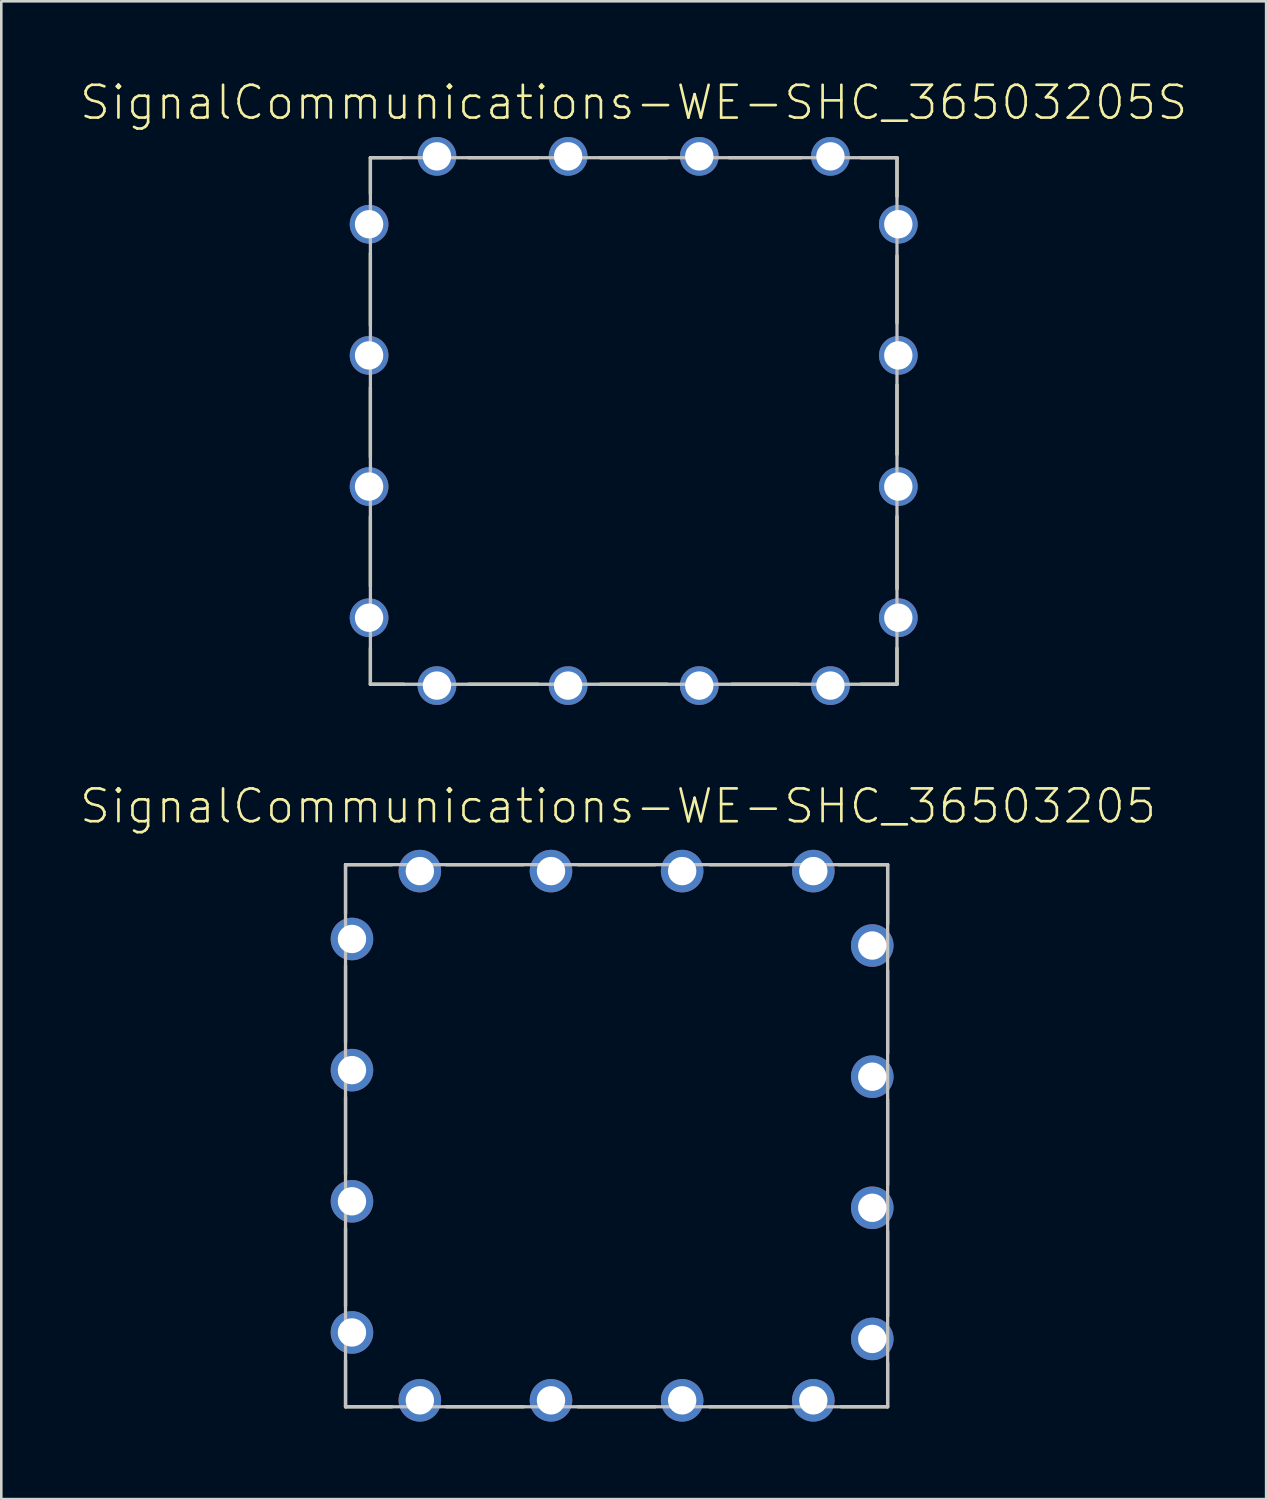
<source format=kicad_pcb>
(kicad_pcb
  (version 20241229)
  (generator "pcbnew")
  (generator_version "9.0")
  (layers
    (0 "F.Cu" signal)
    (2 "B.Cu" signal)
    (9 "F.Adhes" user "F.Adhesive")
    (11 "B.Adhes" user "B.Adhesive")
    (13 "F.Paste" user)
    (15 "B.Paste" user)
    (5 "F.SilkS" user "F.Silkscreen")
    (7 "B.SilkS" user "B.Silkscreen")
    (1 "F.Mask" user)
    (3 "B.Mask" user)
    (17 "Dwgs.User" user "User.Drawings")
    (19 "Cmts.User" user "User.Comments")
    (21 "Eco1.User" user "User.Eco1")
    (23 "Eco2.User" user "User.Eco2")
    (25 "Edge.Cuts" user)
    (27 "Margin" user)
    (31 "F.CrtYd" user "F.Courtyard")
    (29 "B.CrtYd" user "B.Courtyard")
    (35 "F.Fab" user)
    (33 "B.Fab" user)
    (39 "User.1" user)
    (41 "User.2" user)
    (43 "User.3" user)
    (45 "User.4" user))
  (footprint "SignalCommunications-WE-SHC_36503205"
    (layer "F.Cu")
    (at 20.831 40.938)
    (property "Reference" "SignalCommunications-WE-SHC_36503205" (at 0.058 -12.764 0) (layer "F.SilkS") (effects (font (size 1.27 1.27) (thickness 0.102))))
    (attr exclude_from_pos_files exclude_from_bom)
    (fp_line (start -10.498 -10.498) (end -10.498 -8.598) (stroke (width 0.127) (type solid)) (layer "F.SilkS"))
    (fp_line (start -10.498 -6.599) (end -10.498 -3.599) (stroke (width 0.127) (type solid)) (layer "F.SilkS"))
    (fp_line (start -10.498 -1.499) (end -10.498 1.499) (stroke (width 0.127) (type solid)) (layer "F.SilkS"))
    (fp_line (start -10.498 3.599) (end -10.498 6.599) (stroke (width 0.127) (type solid)) (layer "F.SilkS"))
    (fp_line (start -10.498 8.7) (end -10.498 10.498) (stroke (width 0.127) (type solid)) (layer "F.SilkS"))
    (fp_line (start -10.498 10.498) (end -8.7 10.498) (stroke (width 0.127) (type solid)) (layer "F.SilkS"))
    (fp_line (start -8.7 -10.498) (end -10.498 -10.498) (stroke (width 0.127) (type solid)) (layer "F.SilkS"))
    (fp_line (start -6.599 -10.498) (end -3.599 -10.498) (stroke (width 0.127) (type solid)) (layer "F.SilkS"))
    (fp_line (start -6.599 10.498) (end -3.599 10.498) (stroke (width 0.127) (type solid)) (layer "F.SilkS"))
    (fp_line (start -1.499 -10.498) (end 1.499 -10.498) (stroke (width 0.127) (type solid)) (layer "F.SilkS"))
    (fp_line (start -1.499 10.498) (end 1.499 10.498) (stroke (width 0.127) (type solid)) (layer "F.SilkS"))
    (fp_line (start 3.599 -10.498) (end 6.599 -10.498) (stroke (width 0.127) (type solid)) (layer "F.SilkS"))
    (fp_line (start 3.599 10.498) (end 6.599 10.498) (stroke (width 0.127) (type solid)) (layer "F.SilkS"))
    (fp_line (start 8.598 -10.498) (end 10.498 -10.498) (stroke (width 0.127) (type solid)) (layer "F.SilkS"))
    (fp_line (start 8.7 10.498) (end 10.498 10.498) (stroke (width 0.127) (type solid)) (layer "F.SilkS"))
    (fp_line (start 10.498 -10.498) (end 10.498 -8.199) (stroke (width 0.127) (type solid)) (layer "F.SilkS"))
    (fp_line (start 10.498 -3.198) (end 10.498 -6.398) (stroke (width 0.127) (type solid)) (layer "F.SilkS"))
    (fp_line (start 10.498 1.9) (end 10.498 -1.4) (stroke (width 0.127) (type solid)) (layer "F.SilkS"))
    (fp_line (start 10.498 6.998) (end 10.498 3.698) (stroke (width 0.127) (type solid)) (layer "F.SilkS"))
    (fp_line (start 10.498 10.498) (end 10.498 8.799) (stroke (width 0.127) (type solid)) (layer "F.SilkS"))
    (fp_line (start -10.498 -10.498) (end -10.498 10.498) (stroke (width 0.127) (type solid)) (layer "Dwgs.User"))
    (fp_line (start -10.498 10.498) (end 10.498 10.498) (stroke (width 0.127) (type solid)) (layer "Dwgs.User"))
    (fp_line (start 10.498 -10.498) (end -10.498 -10.498) (stroke (width 0.127) (type solid)) (layer "Dwgs.User"))
    (fp_line (start 10.498 10.498) (end 10.498 -10.498) (stroke (width 0.127) (type solid)) (layer "Dwgs.User"))
    (pad "1" thru_hole circle (at 9.903 -7.366) (size 1.648 1.648) (drill 1.1) (layers "*.Cu" "*.Paste" "*.Mask"))
    (pad "2" thru_hole circle (at 9.903 -2.286) (size 1.648 1.648) (drill 1.1) (layers "*.Cu" "*.Paste" "*.Mask"))
    (pad "3" thru_hole circle (at 9.903 2.791) (size 1.648 1.648) (drill 1.1) (layers "*.Cu" "*.Paste" "*.Mask"))
    (pad "4" thru_hole circle (at 9.903 7.871) (size 1.648 1.648) (drill 1.1) (layers "*.Cu" "*.Paste" "*.Mask"))
    (pad "5" thru_hole circle (at 7.62 10.249) (size 1.648 1.648) (drill 1.1) (layers "*.Cu" "*.Paste" "*.Mask"))
    (pad "6" thru_hole circle (at 2.54 10.249) (size 1.648 1.648) (drill 1.1) (layers "*.Cu" "*.Paste" "*.Mask"))
    (pad "7" thru_hole circle (at -2.54 10.249) (size 1.648 1.648) (drill 1.1) (layers "*.Cu" "*.Paste" "*.Mask"))
    (pad "9" thru_hole circle (at -7.62 10.249) (size 1.648 1.648) (drill 1.1) (layers "*.Cu" "*.Paste" "*.Mask"))
    (pad "10" thru_hole circle (at -10.249 7.62) (size 1.648 1.648) (drill 1.1) (layers "*.Cu" "*.Paste" "*.Mask"))
    (pad "11" thru_hole circle (at -10.249 2.54) (size 1.648 1.648) (drill 1.1) (layers "*.Cu" "*.Paste" "*.Mask"))
    (pad "12" thru_hole circle (at -10.249 -2.54) (size 1.648 1.648) (drill 1.1) (layers "*.Cu" "*.Paste" "*.Mask"))
    (pad "13" thru_hole circle (at -10.249 -7.62) (size 1.648 1.648) (drill 1.1) (layers "*.Cu" "*.Paste" "*.Mask"))
    (pad "14" thru_hole circle (at -7.62 -10.249) (size 1.648 1.648) (drill 1.1) (layers "*.Cu" "*.Paste" "*.Mask"))
    (pad "15" thru_hole circle (at -2.54 -10.249) (size 1.648 1.648) (drill 1.1) (layers "*.Cu" "*.Paste" "*.Mask"))
    (pad "16" thru_hole circle (at 2.54 -10.249) (size 1.648 1.648) (drill 1.1) (layers "*.Cu" "*.Paste" "*.Mask"))
    (pad "17" thru_hole circle (at 7.62 -10.249) (size 1.648 1.648) (drill 1.1) (layers "*.Cu" "*.Paste" "*.Mask")))
  (footprint "SignalCommunications-WE-SHC_36503205S"
    (layer "F.Cu")
    (at 21.494 13.255)
    (property "Reference" "SignalCommunications-WE-SHC_36503205S" (at 0 -12.334 0) (layer "F.SilkS") (effects (font (size 1.27 1.27) (thickness 0.102))))
    (attr exclude_from_pos_files exclude_from_bom)
    (fp_line (start -10.198 -10.198) (end -10.198 -8.799) (stroke (width 0.127) (type solid)) (layer "F.SilkS"))
    (fp_line (start -10.198 -3.698) (end -10.198 -6.5) (stroke (width 0.127) (type solid)) (layer "F.SilkS"))
    (fp_line (start -10.198 1.4) (end -10.198 -1.298) (stroke (width 0.127) (type solid)) (layer "F.SilkS"))
    (fp_line (start -10.198 6.398) (end -10.198 3.698) (stroke (width 0.127) (type solid)) (layer "F.SilkS"))
    (fp_line (start -10.198 10.198) (end -10.198 8.799) (stroke (width 0.127) (type solid)) (layer "F.SilkS"))
    (fp_line (start -8.999 -10.198) (end -10.198 -10.198) (stroke (width 0.127) (type solid)) (layer "F.SilkS"))
    (fp_line (start -8.898 10.198) (end -10.198 10.198) (stroke (width 0.127) (type solid)) (layer "F.SilkS"))
    (fp_line (start -6.398 -10.198) (end -3.698 -10.198) (stroke (width 0.127) (type solid)) (layer "F.SilkS"))
    (fp_line (start -6.398 10.198) (end -3.698 10.198) (stroke (width 0.127) (type solid)) (layer "F.SilkS"))
    (fp_line (start -1.298 -10.198) (end 1.298 -10.198) (stroke (width 0.127) (type solid)) (layer "F.SilkS"))
    (fp_line (start -1.298 10.198) (end 1.298 10.198) (stroke (width 0.127) (type solid)) (layer "F.SilkS"))
    (fp_line (start 3.698 -10.198) (end 6.5 -10.198) (stroke (width 0.127) (type solid)) (layer "F.SilkS"))
    (fp_line (start 3.8 10.198) (end 6.398 10.198) (stroke (width 0.127) (type solid)) (layer "F.SilkS"))
    (fp_line (start 8.799 -10.198) (end 10.198 -10.198) (stroke (width 0.127) (type solid)) (layer "F.SilkS"))
    (fp_line (start 8.799 10.198) (end 10.198 10.198) (stroke (width 0.127) (type solid)) (layer "F.SilkS"))
    (fp_line (start 10.198 -10.198) (end 10.198 -8.7) (stroke (width 0.127) (type solid)) (layer "F.SilkS"))
    (fp_line (start 10.198 -6.398) (end 10.198 -3.8) (stroke (width 0.127) (type solid)) (layer "F.SilkS"))
    (fp_line (start 10.198 -1.4) (end 10.198 1.298) (stroke (width 0.127) (type solid)) (layer "F.SilkS"))
    (fp_line (start 10.198 3.698) (end 10.198 6.5) (stroke (width 0.127) (type solid)) (layer "F.SilkS"))
    (fp_line (start 10.198 10.198) (end 10.198 8.799) (stroke (width 0.127) (type solid)) (layer "F.SilkS"))
    (fp_line (start -10.198 -10.198) (end 10.198 -10.198) (stroke (width 0.127) (type solid)) (layer "Dwgs.User"))
    (fp_line (start -10.198 10.198) (end -10.198 -10.198) (stroke (width 0.127) (type solid)) (layer "Dwgs.User"))
    (fp_line (start 10.198 -10.198) (end 10.198 10.198) (stroke (width 0.127) (type solid)) (layer "Dwgs.User"))
    (fp_line (start 10.198 10.198) (end -10.198 10.198) (stroke (width 0.127) (type solid)) (layer "Dwgs.User"))
    (pad "1" thru_hole circle (at -7.62 -10.249) (size 1.499 1.499) (drill 1.1) (layers "*.Cu" "*.Paste" "*.Mask"))
    (pad "2" thru_hole circle (at -2.54 -10.249) (size 1.499 1.499) (drill 1.1) (layers "*.Cu" "*.Paste" "*.Mask"))
    (pad "3" thru_hole circle (at 2.54 -10.249) (size 1.499 1.499) (drill 1.1) (layers "*.Cu" "*.Paste" "*.Mask"))
    (pad "4" thru_hole circle (at 7.62 -10.249) (size 1.499 1.499) (drill 1.1) (layers "*.Cu" "*.Paste" "*.Mask"))
    (pad "5" thru_hole circle (at 10.249 -7.62) (size 1.499 1.499) (drill 1.1) (layers "*.Cu" "*.Paste" "*.Mask"))
    (pad "6" thru_hole circle (at 10.249 -2.54) (size 1.499 1.499) (drill 1.1) (layers "*.Cu" "*.Paste" "*.Mask"))
    (pad "7" thru_hole circle (at 10.249 2.54) (size 1.499 1.499) (drill 1.1) (layers "*.Cu" "*.Paste" "*.Mask"))
    (pad "8" thru_hole circle (at 10.249 7.62) (size 1.499 1.499) (drill 1.1) (layers "*.Cu" "*.Paste" "*.Mask"))
    (pad "9" thru_hole circle (at 7.62 10.249) (size 1.499 1.499) (drill 1.1) (layers "*.Cu" "*.Paste" "*.Mask"))
    (pad "10" thru_hole circle (at 2.54 10.249) (size 1.499 1.499) (drill 1.1) (layers "*.Cu" "*.Paste" "*.Mask"))
    (pad "11" thru_hole circle (at -2.54 10.249) (size 1.499 1.499) (drill 1.1) (layers "*.Cu" "*.Paste" "*.Mask"))
    (pad "12" thru_hole circle (at -7.62 10.249) (size 1.499 1.499) (drill 1.1) (layers "*.Cu" "*.Paste" "*.Mask"))
    (pad "13" thru_hole circle (at -10.249 7.62) (size 1.499 1.499) (drill 1.1) (layers "*.Cu" "*.Paste" "*.Mask"))
    (pad "14" thru_hole circle (at -10.249 2.54) (size 1.499 1.499) (drill 1.1) (layers "*.Cu" "*.Paste" "*.Mask"))
    (pad "15" thru_hole circle (at -10.249 -2.54) (size 1.499 1.499) (drill 1.1) (layers "*.Cu" "*.Paste" "*.Mask"))
    (pad "16" thru_hole circle (at -10.249 -7.62) (size 1.499 1.499) (drill 1.1) (layers "*.Cu" "*.Paste" "*.Mask")))
  (gr_rect
    (start -3 -3)
    (end 45.989 55.012)
    (stroke (width 0.1) (type default))
    (fill no)
    (layer "Edge.Cuts")))
</source>
